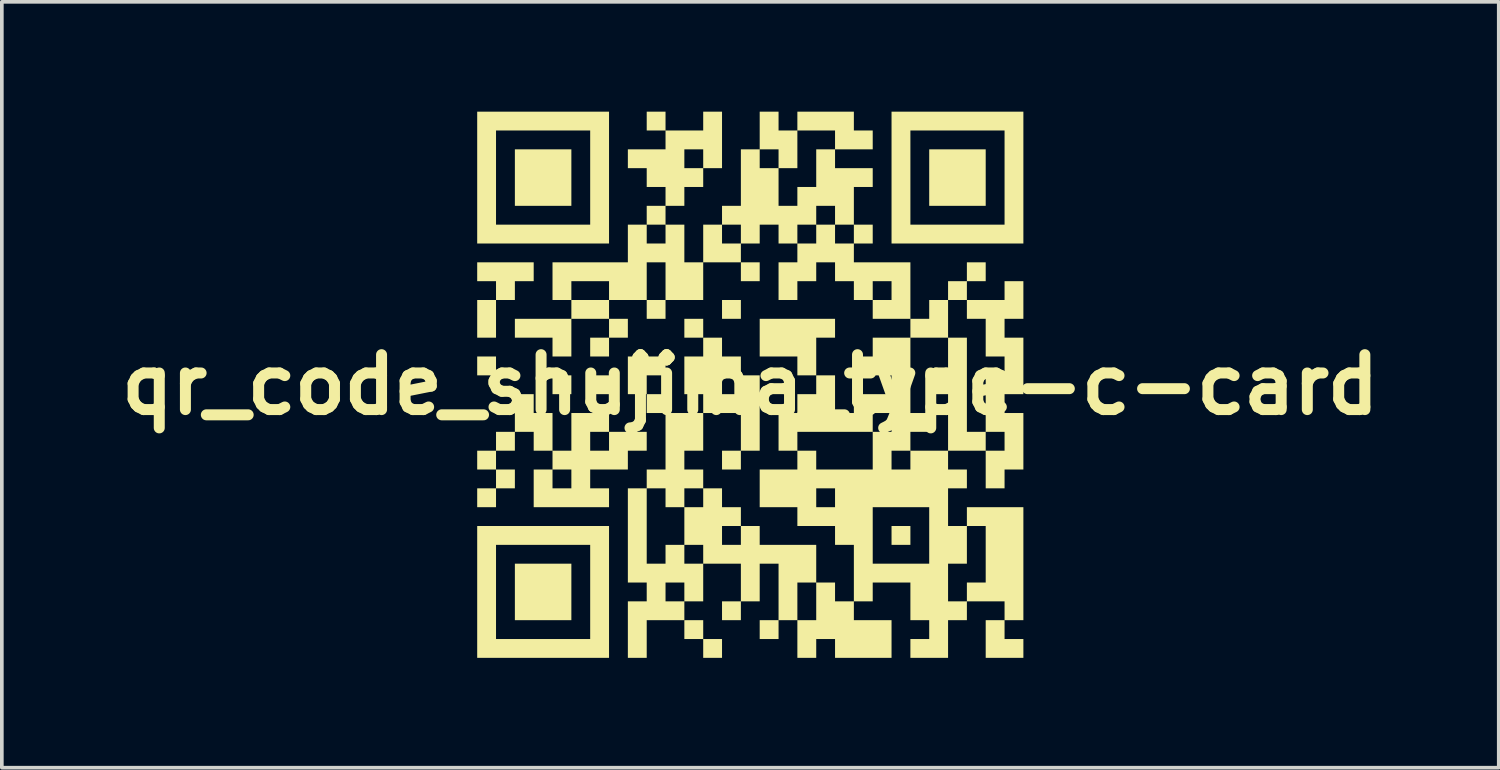
<source format=kicad_pcb>
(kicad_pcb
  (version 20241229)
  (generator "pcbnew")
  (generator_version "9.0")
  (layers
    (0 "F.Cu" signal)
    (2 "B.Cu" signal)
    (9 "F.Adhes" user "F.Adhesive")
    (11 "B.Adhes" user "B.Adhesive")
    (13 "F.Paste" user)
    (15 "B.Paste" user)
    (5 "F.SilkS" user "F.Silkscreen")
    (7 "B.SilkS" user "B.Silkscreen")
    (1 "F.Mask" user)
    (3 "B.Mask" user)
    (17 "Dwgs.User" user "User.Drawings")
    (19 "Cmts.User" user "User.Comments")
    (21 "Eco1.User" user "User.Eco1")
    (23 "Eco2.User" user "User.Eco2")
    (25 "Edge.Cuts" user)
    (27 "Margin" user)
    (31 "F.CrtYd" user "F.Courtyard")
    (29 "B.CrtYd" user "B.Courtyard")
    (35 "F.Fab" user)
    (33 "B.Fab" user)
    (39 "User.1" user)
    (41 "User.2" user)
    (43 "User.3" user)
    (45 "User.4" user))
  (footprint "qr_code_shujima_type-c-card"
    (layer "F.Cu")
    (at 17.443 7.459)
    (property "Reference" "qr_code_shujima_type-c-card" (at 0 0 0) (layer "F.SilkS") (effects (font (size 1.5 1.5) (thickness 0.3))))
    (attr board_only exclude_from_pos_files exclude_from_bom)
    (fp_poly (pts (xy -6.945 -0.514) (xy -6.945 -0.257) (xy -7.202 -0.257) (xy -7.459 -0.257) (xy -7.459 -0.514) (xy -7.459 -0.772) (xy -7.202 -0.772) (xy -6.945 -0.772)) (stroke (width 0) (type solid)) (fill yes) (layer "F.SilkS"))
    (fp_poly (pts (xy -4.887 -5.659) (xy -4.887 -4.887) (xy -5.659 -4.887) (xy -6.43 -4.887) (xy -6.43 -5.659) (xy -6.43 -6.43) (xy -5.659 -6.43) (xy -4.887 -6.43)) (stroke (width 0) (type solid)) (fill yes) (layer "F.SilkS"))
    (fp_poly (pts (xy -4.887 0) (xy -4.887 0.257) (xy -5.144 0.257) (xy -5.402 0.257) (xy -5.402 0) (xy -5.402 -0.257) (xy -5.144 -0.257) (xy -4.887 -0.257)) (stroke (width 0) (type solid)) (fill yes) (layer "F.SilkS"))
    (fp_poly (pts (xy -4.887 5.659) (xy -4.887 6.43) (xy -5.659 6.43) (xy -6.43 6.43) (xy -6.43 5.659) (xy -6.43 4.887) (xy -5.659 4.887) (xy -4.887 4.887)) (stroke (width 0) (type solid)) (fill yes) (layer "F.SilkS"))
    (fp_poly (pts (xy -3.858 0) (xy -3.858 0.257) (xy -4.115 0.257) (xy -4.373 0.257) (xy -4.373 0) (xy -4.373 -0.257) (xy -4.115 -0.257) (xy -3.858 -0.257)) (stroke (width 0) (type solid)) (fill yes) (layer "F.SilkS"))
    (fp_poly (pts (xy -1.286 -1.543) (xy -1.286 -1.286) (xy -1.543 -1.286) (xy -1.801 -1.286) (xy -1.801 -1.543) (xy -1.801 -1.801) (xy -1.543 -1.801) (xy -1.286 -1.801)) (stroke (width 0) (type solid)) (fill yes) (layer "F.SilkS"))
    (fp_poly (pts (xy -1.286 6.688) (xy -1.286 6.945) (xy -1.543 6.945) (xy -1.801 6.945) (xy -1.801 6.688) (xy -1.801 6.43) (xy -1.543 6.43) (xy -1.286 6.43)) (stroke (width 0) (type solid)) (fill yes) (layer "F.SilkS"))
    (fp_poly (pts (xy -0.772 7.202) (xy -0.772 7.459) (xy -1.029 7.459) (xy -1.286 7.459) (xy -1.286 7.202) (xy -1.286 6.945) (xy -1.029 6.945) (xy -0.772 6.945)) (stroke (width 0) (type solid)) (fill yes) (layer "F.SilkS"))
    (fp_poly (pts (xy -0.257 -2.058) (xy -0.257 -1.801) (xy -0.514 -1.801) (xy -0.772 -1.801) (xy -0.772 -2.058) (xy -0.772 -2.315) (xy -0.514 -2.315) (xy -0.257 -2.315)) (stroke (width 0) (type solid)) (fill yes) (layer "F.SilkS"))
    (fp_poly (pts (xy 0.257 -3.087) (xy 0.257 -2.829) (xy 0 -2.829) (xy -0.257 -2.829) (xy -0.257 -3.087) (xy -0.257 -3.344) (xy 0 -3.344) (xy 0.257 -3.344)) (stroke (width 0) (type solid)) (fill yes) (layer "F.SilkS"))
    (fp_poly (pts (xy 4.373 4.115) (xy 4.373 4.373) (xy 4.115 4.373) (xy 3.858 4.373) (xy 3.858 4.115) (xy 3.858 3.858) (xy 4.115 3.858) (xy 4.373 3.858)) (stroke (width 0) (type solid)) (fill yes) (layer "F.SilkS"))
    (fp_poly (pts (xy 6.43 -5.659) (xy 6.43 -4.887) (xy 5.659 -4.887) (xy 4.887 -4.887) (xy 4.887 -5.659) (xy 4.887 -6.43) (xy 5.659 -6.43) (xy 6.43 -6.43)) (stroke (width 0) (type solid)) (fill yes) (layer "F.SilkS"))
    (fp_poly (pts (xy -2.315 -0.514) (xy -2.315 -0.257) (xy -2.572 -0.257) (xy -2.829 -0.257) (xy -2.829 0) (xy -2.829 0.257) (xy -3.087 0.257) (xy -3.344 0.257) (xy -3.344 -0.257) (xy -3.344 -0.772) (xy -2.829 -0.772) (xy -2.315 -0.772)) (stroke (width 0) (type solid)) (fill yes) (layer "F.SilkS"))
    (fp_poly (pts (xy -6.43 2.572) (xy -6.43 2.829) (xy -6.688 2.829) (xy -6.945 2.829) (xy -6.945 3.087) (xy -6.945 3.344) (xy -7.202 3.344) (xy -7.459 3.344) (xy -7.459 3.087) (xy -7.459 2.829) (xy -7.202 2.829) (xy -6.945 2.829) (xy -6.945 2.572) (xy -6.945 2.315) (xy -6.688 2.315) (xy -6.43 2.315)) (stroke (width 0) (type solid)) (fill yes) (layer "F.SilkS"))
    (fp_poly (pts (xy -3.344 -1.543) (xy -3.344 -1.286) (xy -3.601 -1.286) (xy -3.858 -1.286) (xy -3.858 -1.029) (xy -3.858 -0.772) (xy -4.115 -0.772) (xy -4.373 -0.772) (xy -4.373 -1.029) (xy -4.373 -1.286) (xy -4.115 -1.286) (xy -3.858 -1.286) (xy -3.858 -1.543) (xy -3.858 -1.801) (xy -3.601 -1.801) (xy -3.344 -1.801)) (stroke (width 0) (type solid)) (fill yes) (layer "F.SilkS"))
    (fp_poly (pts (xy 2.315 -1.543) (xy 2.315 -1.286) (xy 2.058 -1.286) (xy 1.801 -1.286) (xy 1.801 -0.772) (xy 1.801 -0.257) (xy 1.543 -0.257) (xy 1.286 -0.257) (xy 1.286 -0.514) (xy 1.286 -0.772) (xy 0.772 -0.772) (xy 0.257 -0.772) (xy 0.257 -1.286) (xy 0.257 -1.801) (xy 1.286 -1.801) (xy 2.315 -1.801)) (stroke (width 0) (type solid)) (fill yes) (layer "F.SilkS"))
    (fp_poly (pts (xy -3.858 -5.659) (xy -3.858 -3.858) (xy -5.659 -3.858) (xy -7.459 -3.858) (xy -7.459 -5.659) (xy -7.459 -6.945) (xy -6.945 -6.945) (xy -6.945 -5.659) (xy -6.945 -4.373) (xy -5.659 -4.373) (xy -4.373 -4.373) (xy -4.373 -5.659) (xy -4.373 -6.945) (xy -5.659 -6.945) (xy -6.945 -6.945) (xy -7.459 -6.945) (xy -7.459 -7.459) (xy -5.659 -7.459) (xy -3.858 -7.459)) (stroke (width 0) (type solid)) (fill yes) (layer "F.SilkS"))
    (fp_poly (pts (xy -3.858 5.659) (xy -3.858 7.459) (xy -5.659 7.459) (xy -7.459 7.459) (xy -7.459 5.659) (xy -7.459 4.373) (xy -6.945 4.373) (xy -6.945 5.659) (xy -6.945 6.945) (xy -5.659 6.945) (xy -4.373 6.945) (xy -4.373 5.659) (xy -4.373 4.373) (xy -5.659 4.373) (xy -6.945 4.373) (xy -7.459 4.373) (xy -7.459 3.858) (xy -5.659 3.858) (xy -3.858 3.858)) (stroke (width 0) (type solid)) (fill yes) (layer "F.SilkS"))
    (fp_poly (pts (xy 7.459 -5.659) (xy 7.459 -3.858) (xy 5.659 -3.858) (xy 3.858 -3.858) (xy 3.858 -5.659) (xy 3.858 -6.945) (xy 4.373 -6.945) (xy 4.373 -5.659) (xy 4.373 -4.373) (xy 5.659 -4.373) (xy 6.945 -4.373) (xy 6.945 -5.659) (xy 6.945 -6.945) (xy 5.659 -6.945) (xy 4.373 -6.945) (xy 3.858 -6.945) (xy 3.858 -7.459) (xy 5.659 -7.459) (xy 7.459 -7.459)) (stroke (width 0) (type solid)) (fill yes) (layer "F.SilkS"))
    (fp_poly (pts (xy -5.916 -3.087) (xy -5.916 -2.829) (xy -6.173 -2.829) (xy -6.43 -2.829) (xy -6.43 -2.572) (xy -6.43 -2.315) (xy -6.688 -2.315) (xy -6.945 -2.315) (xy -6.945 -1.801) (xy -6.945 -1.286) (xy -7.202 -1.286) (xy -7.459 -1.286) (xy -7.459 -1.801) (xy -7.459 -2.315) (xy -7.202 -2.315) (xy -6.945 -2.315) (xy -6.945 -2.572) (xy -6.945 -2.829) (xy -7.202 -2.829) (xy -7.459 -2.829) (xy -7.459 -3.087) (xy -7.459 -3.344) (xy -6.688 -3.344) (xy -5.916 -3.344)) (stroke (width 0) (type solid)) (fill yes) (layer "F.SilkS"))
    (fp_poly (pts (xy -5.916 0.514) (xy -5.916 0.772) (xy -5.659 0.772) (xy -5.402 0.772) (xy -5.402 1.286) (xy -5.402 1.801) (xy -5.144 1.801) (xy -4.887 1.801) (xy -4.887 1.286) (xy -4.887 0.772) (xy -4.373 0.772) (xy -3.858 0.772) (xy -3.858 1.029) (xy -3.858 1.286) (xy -4.115 1.286) (xy -4.373 1.286) (xy -4.373 1.543) (xy -4.373 1.801) (xy -4.115 1.801) (xy -3.858 1.801) (xy -3.858 1.543) (xy -3.858 1.286) (xy -3.344 1.286) (xy -2.829 1.286) (xy -2.829 1.543) (xy -2.829 1.801) (xy -3.087 1.801) (xy -3.344 1.801) (xy -3.344 2.058) (xy -3.344 2.315) (xy -3.858 2.315) (xy -4.373 2.315) (xy -4.373 2.572) (xy -4.373 2.829) (xy -4.115 2.829) (xy -3.858 2.829) (xy -3.858 3.087) (xy -3.858 3.344) (xy -4.887 3.344) (xy -5.916 3.344) (xy -5.916 2.829) (xy -5.916 2.315) (xy -5.659 2.315) (xy -5.402 2.315) (xy -5.402 2.572) (xy -5.402 2.829) (xy -5.144 2.829) (xy -4.887 2.829) (xy -4.887 2.572) (xy -4.887 2.315) (xy -5.144 2.315) (xy -5.402 2.315) (xy -5.402 2.058) (xy -5.402 1.801) (xy -5.659 1.801) (xy -5.916 1.801) (xy -5.916 1.543) (xy -5.916 1.286) (xy -6.173 1.286) (xy -6.43 1.286) (xy -6.43 1.543) (xy -6.43 1.801) (xy -6.688 1.801) (xy -6.945 1.801) (xy -6.945 2.058) (xy -6.945 2.315) (xy -7.202 2.315) (xy -7.459 2.315) (xy -7.459 2.058) (xy -7.459 1.801) (xy -7.202 1.801) (xy -6.945 1.801) (xy -6.945 1.543) (xy -6.945 1.286) (xy -6.688 1.286) (xy -6.43 1.286) (xy -6.43 0.772) (xy -6.43 0.257) (xy -6.173 0.257) (xy -5.916 0.257)) (stroke (width 0) (type solid)) (fill yes) (layer "F.SilkS"))
    (fp_poly (pts (xy -2.315 -7.202) (xy -2.315 -6.945) (xy -1.801 -6.945) (xy -1.286 -6.945) (xy -1.286 -7.202) (xy -1.286 -7.459) (xy -1.029 -7.459) (xy -0.772 -7.459) (xy -0.772 -6.688) (xy -0.772 -5.916) (xy -1.029 -5.916) (xy -1.286 -5.916) (xy -1.286 -5.659) (xy -1.286 -5.402) (xy -1.543 -5.402) (xy -1.801 -5.402) (xy -1.801 -5.144) (xy -1.801 -4.887) (xy -2.058 -4.887) (xy -2.315 -4.887) (xy -2.315 -4.63) (xy -2.315 -4.373) (xy -2.572 -4.373) (xy -2.829 -4.373) (xy -2.829 -4.115) (xy -2.829 -3.858) (xy -2.572 -3.858) (xy -2.315 -3.858) (xy -2.315 -4.115) (xy -2.315 -4.373) (xy -2.058 -4.373) (xy -1.801 -4.373) (xy -1.801 -3.858) (xy -1.801 -3.344) (xy -1.543 -3.344) (xy -1.286 -3.344) (xy -1.286 -3.858) (xy -1.286 -4.373) (xy -1.029 -4.373) (xy -0.772 -4.373) (xy -0.772 -4.115) (xy -0.772 -3.858) (xy -0.514 -3.858) (xy -0.257 -3.858) (xy -0.257 -4.115) (xy -0.257 -4.373) (xy -0.514 -4.373) (xy -0.772 -4.373) (xy -0.772 -4.63) (xy -0.772 -4.887) (xy -0.514 -4.887) (xy -0.257 -4.887) (xy -0.257 -5.659) (xy -0.257 -5.916) (xy 0.257 -5.916) (xy 0.514 -5.916) (xy 0.772 -5.916) (xy 0.772 -5.402) (xy 0.772 -4.887) (xy 1.029 -4.887) (xy 1.286 -4.887) (xy 1.286 -5.144) (xy 1.286 -5.402) (xy 1.543 -5.402) (xy 1.801 -5.402) (xy 1.801 -5.916) (xy 1.801 -6.43) (xy 2.058 -6.43) (xy 2.315 -6.43) (xy 2.315 -6.688) (xy 2.315 -6.945) (xy 1.801 -6.945) (xy 1.286 -6.945) (xy 1.286 -6.43) (xy 1.286 -5.916) (xy 1.029 -5.916) (xy 0.772 -5.916) (xy 0.772 -6.173) (xy 0.772 -6.43) (xy 0.514 -6.43) (xy 0.257 -6.43) (xy 0.257 -6.173) (xy 0.257 -5.916) (xy -0.257 -5.916) (xy -0.257 -6.43) (xy 0 -6.43) (xy 0.257 -6.43) (xy 0.257 -6.945) (xy 0.257 -7.459) (xy 0.514 -7.459) (xy 0.772 -7.459) (xy 0.772 -7.202) (xy 0.772 -6.945) (xy 1.029 -6.945) (xy 1.286 -6.945) (xy 1.286 -7.202) (xy 1.286 -7.459) (xy 2.058 -7.459) (xy 2.829 -7.459) (xy 2.829 -7.202) (xy 2.829 -6.945) (xy 3.087 -6.945) (xy 3.344 -6.945) (xy 3.344 -6.688) (xy 3.344 -6.43) (xy 2.829 -6.43) (xy 2.315 -6.43) (xy 2.315 -6.173) (xy 2.315 -5.916) (xy 2.829 -5.916) (xy 3.344 -5.916) (xy 3.344 -5.659) (xy 3.344 -5.402) (xy 3.087 -5.402) (xy 2.829 -5.402) (xy 2.829 -4.887) (xy 2.829 -4.373) (xy 2.572 -4.373) (xy 2.315 -4.373) (xy 2.315 -4.115) (xy 2.315 -3.858) (xy 2.572 -3.858) (xy 2.829 -3.858) (xy 2.829 -4.115) (xy 2.829 -4.373) (xy 3.087 -4.373) (xy 3.344 -4.373) (xy 3.344 -4.115) (xy 3.344 -3.858) (xy 3.087 -3.858) (xy 2.829 -3.858) (xy 2.829 -3.601) (xy 2.829 -3.344) (xy 3.601 -3.344) (xy 4.373 -3.344) (xy 4.373 -2.572) (xy 4.373 -1.801) (xy 4.63 -1.801) (xy 4.887 -1.801) (xy 4.887 -2.058) (xy 4.887 -2.315) (xy 5.144 -2.315) (xy 5.402 -2.315) (xy 5.402 -2.572) (xy 5.402 -2.829) (xy 5.659 -2.829) (xy 5.916 -2.829) (xy 5.916 -3.087) (xy 5.916 -3.344) (xy 6.173 -3.344) (xy 6.43 -3.344) (xy 6.43 -3.087) (xy 6.43 -2.829) (xy 6.173 -2.829) (xy 5.916 -2.829) (xy 5.916 -2.572) (xy 5.916 -2.315) (xy 6.43 -2.315) (xy 6.945 -2.315) (xy 6.945 -2.572) (xy 6.945 -2.829) (xy 7.202 -2.829) (xy 7.459 -2.829) (xy 7.459 -2.315) (xy 7.459 -1.801) (xy 7.202 -1.801) (xy 6.945 -1.801) (xy 6.945 -1.543) (xy 6.945 -1.286) (xy 7.202 -1.286) (xy 7.459 -1.286) (xy 7.459 -0.514) (xy 7.459 0.257) (xy 7.202 0.257) (xy 6.945 0.257) (xy 6.945 0.514) (xy 6.945 0.772) (xy 7.202 0.772) (xy 7.459 0.772) (xy 7.459 1.543) (xy 7.459 2.315) (xy 7.202 2.315) (xy 6.945 2.315) (xy 6.945 2.572) (xy 6.945 2.829) (xy 6.688 2.829) (xy 6.43 2.829) (xy 6.43 2.315) (xy 6.43 1.801) (xy 5.916 1.801) (xy 5.402 1.801) (xy 5.402 2.058) (xy 5.402 2.315) (xy 5.659 2.315) (xy 5.916 2.315) (xy 5.916 2.572) (xy 5.916 2.829) (xy 5.659 2.829) (xy 5.402 2.829) (xy 5.402 3.344) (xy 5.402 3.858) (xy 5.659 3.858) (xy 5.916 3.858) (xy 5.916 3.601) (xy 5.916 3.344) (xy 6.688 3.344) (xy 7.459 3.344) (xy 7.459 4.887) (xy 7.459 6.43) (xy 7.202 6.43) (xy 6.945 6.43) (xy 6.945 6.688) (xy 6.945 6.945) (xy 7.202 6.945) (xy 7.459 6.945) (xy 7.459 7.202) (xy 7.459 7.459) (xy 6.945 7.459) (xy 6.43 7.459) (xy 6.43 6.945) (xy 6.43 6.43) (xy 6.688 6.43) (xy 6.945 6.43) (xy 6.945 6.173) (xy 6.945 5.916) (xy 6.43 5.916) (xy 5.916 5.916) (xy 5.916 6.173) (xy 5.916 6.43) (xy 5.659 6.43) (xy 5.402 6.43) (xy 5.402 6.945) (xy 5.402 7.459) (xy 4.887 7.459) (xy 4.373 7.459) (xy 4.373 7.202) (xy 4.373 6.945) (xy 4.63 6.945) (xy 4.887 6.945) (xy 4.887 6.688) (xy 4.887 6.43) (xy 4.63 6.43) (xy 4.373 6.43) (xy 4.373 5.916) (xy 5.402 5.916) (xy 5.659 5.916) (xy 5.916 5.916) (xy 5.916 5.659) (xy 5.916 5.402) (xy 6.173 5.402) (xy 6.43 5.402) (xy 6.43 4.63) (xy 6.43 3.858) (xy 6.173 3.858) (xy 5.916 3.858) (xy 5.916 4.373) (xy 5.916 4.887) (xy 5.659 4.887) (xy 5.402 4.887) (xy 5.402 5.402) (xy 5.402 5.916) (xy 4.373 5.916) (xy 4.373 5.402) (xy 3.858 5.402) (xy 3.344 5.402) (xy 3.344 5.659) (xy 3.344 5.916) (xy 3.087 5.916) (xy 2.829 5.916) (xy 2.829 6.173) (xy 2.829 6.43) (xy 3.344 6.43) (xy 3.858 6.43) (xy 3.858 6.945) (xy 3.858 7.459) (xy 3.087 7.459) (xy 2.315 7.459) (xy 2.315 7.202) (xy 2.315 6.945) (xy 2.058 6.945) (xy 1.801 6.945) (xy 1.801 7.202) (xy 1.801 7.459) (xy 1.543 7.459) (xy 1.286 7.459) (xy 1.286 6.945) (xy 1.286 6.43) (xy 1.029 6.43) (xy 0.772 6.43) (xy 0.772 6.688) (xy 0.772 6.945) (xy 0.514 6.945) (xy 0.257 6.945) (xy 0.257 6.688) (xy 0.257 6.43) (xy 0.514 6.43) (xy 0.772 6.43) (xy 0.772 5.659) (xy 0.772 4.887) (xy 0.514 4.887) (xy 0.257 4.887) (xy 0.257 5.402) (xy 0.257 5.916) (xy 0 5.916) (xy -0.257 5.916) (xy -0.257 6.173) (xy -0.257 6.43) (xy -0.514 6.43) (xy -0.772 6.43) (xy -0.772 6.173) (xy -0.772 5.916) (xy -0.514 5.916) (xy -0.257 5.916) (xy -0.257 5.402) (xy -0.257 4.887) (xy -0.772 4.887) (xy -1.286 4.887) (xy -1.286 5.402) (xy -1.286 5.916) (xy -1.543 5.916) (xy -1.801 5.916) (xy -1.801 6.173) (xy -1.801 6.43) (xy -2.315 6.43) (xy -2.829 6.43) (xy -2.829 6.945) (xy -2.829 7.459) (xy -3.087 7.459) (xy -3.344 7.459) (xy -3.344 6.688) (xy -3.344 5.916) (xy -3.087 5.916) (xy -2.829 5.916) (xy -2.829 5.659) (xy -2.829 5.402) (xy -2.315 5.402) (xy -2.315 5.659) (xy -2.315 5.916) (xy -2.058 5.916) (xy -1.801 5.916) (xy -1.801 5.659) (xy -1.801 5.402) (xy -2.058 5.402) (xy -2.315 5.402) (xy -2.829 5.402) (xy -3.087 5.402) (xy -3.344 5.402) (xy -3.344 4.115) (xy -3.344 2.829) (xy -3.087 2.829) (xy -2.829 2.829) (xy -2.829 2.572) (xy -2.829 2.315) (xy -2.572 2.315) (xy -2.315 2.315) (xy -2.315 1.543) (xy -2.315 0.772) (xy -2.572 0.772) (xy -2.829 0.772) (xy -2.829 0.514) (xy -2.829 0.257) (xy -2.572 0.257) (xy -2.315 0.257) (xy -2.315 0.514) (xy -2.315 0.772) (xy -1.801 0.772) (xy -1.286 0.772) (xy -1.286 0.514) (xy -1.286 0.257) (xy -1.543 0.257) (xy -1.801 0.257) (xy -1.801 -0.257) (xy -1.801 -0.772) (xy -1.543 -0.772) (xy -1.286 -0.772) (xy -1.286 -1.029) (xy -1.286 -1.286) (xy -1.029 -1.286) (xy -0.772 -1.286) (xy -0.772 -1.029) (xy -0.772 -0.772) (xy -0.514 -0.772) (xy -0.257 -0.772) (xy -0.257 -0.514) (xy -0.257 -0.257) (xy -0.514 -0.257) (xy -0.772 -0.257) (xy -0.772 0) (xy -0.772 0.257) (xy -0.514 0.257) (xy -0.257 0.257) (xy -0.257 0) (xy -0.257 -0.257) (xy 0 -0.257) (xy 0.257 -0.257) (xy 0.257 0.772) (xy 0.257 1.801) (xy 0 1.801) (xy -0.257 1.801) (xy -0.257 2.058) (xy -0.257 2.315) (xy -0.514 2.315) (xy -0.772 2.315) (xy -0.772 2.058) (xy -0.772 1.801) (xy -0.514 1.801) (xy -0.257 1.801) (xy -0.257 1.286) (xy -0.257 0.772) (xy -0.772 0.772) (xy -1.286 0.772) (xy -1.286 1.286) (xy -1.286 1.801) (xy -1.543 1.801) (xy -1.801 1.801) (xy -1.801 2.058) (xy -1.801 2.315) (xy -1.543 2.315) (xy -1.286 2.315) (xy -1.286 2.572) (xy -1.286 2.829) (xy -1.543 2.829) (xy -1.801 2.829) (xy -1.801 3.087) (xy -1.801 3.344) (xy -2.058 3.344) (xy -2.315 3.344) (xy -2.315 3.087) (xy -2.315 2.829) (xy -2.572 2.829) (xy -2.829 2.829) (xy -2.829 3.858) (xy -2.829 4.887) (xy -2.572 4.887) (xy -2.315 4.887) (xy -2.315 4.63) (xy -2.315 4.373) (xy -2.058 4.373) (xy -1.801 4.373) (xy -1.801 4.63) (xy -1.801 4.887) (xy -1.543 4.887) (xy -1.286 4.887) (xy -1.286 4.63) (xy -1.286 4.373) (xy -1.543 4.373) (xy -1.801 4.373) (xy -1.801 3.858) (xy -1.801 3.344) (xy -1.543 3.344) (xy -1.286 3.344) (xy -1.286 3.087) (xy -1.286 2.829) (xy -1.029 2.829) (xy -0.772 2.829) (xy -0.772 3.087) (xy -0.772 3.344) (xy -0.514 3.344) (xy -0.257 3.344) (xy -0.257 3.601) (xy -0.257 3.858) (xy -0.514 3.858) (xy -0.772 3.858) (xy -0.772 4.115) (xy -0.772 4.373) (xy -0.514 4.373) (xy -0.257 4.373) (xy -0.257 4.115) (xy -0.257 3.858) (xy 0 3.858) (xy 0.257 3.858) (xy 0.257 4.115) (xy 0.257 4.373) (xy 1.029 4.373) (xy 1.801 4.373) (xy 1.801 4.887) (xy 1.801 5.402) (xy 1.543 5.402) (xy 1.286 5.402) (xy 1.286 5.916) (xy 1.286 6.43) (xy 1.543 6.43) (xy 1.801 6.43) (xy 1.801 5.916) (xy 1.801 5.402) (xy 2.058 5.402) (xy 2.315 5.402) (xy 2.315 5.659) (xy 2.315 5.916) (xy 2.572 5.916) (xy 2.829 5.916) (xy 2.829 5.144) (xy 2.829 4.373) (xy 2.572 4.373) (xy 2.315 4.373) (xy 2.315 4.115) (xy 2.315 3.858) (xy 1.801 3.858) (xy 1.286 3.858) (xy 1.286 3.601) (xy 1.286 3.344) (xy 0.772 3.344) (xy 0.257 3.344) (xy 0.257 2.829) (xy 1.801 2.829) (xy 1.801 3.087) (xy 1.801 3.344) (xy 2.058 3.344) (xy 2.315 3.344) (xy 3.344 3.344) (xy 3.344 4.115) (xy 3.344 4.887) (xy 4.115 4.887) (xy 4.887 4.887) (xy 4.887 4.115) (xy 4.887 3.344) (xy 4.115 3.344) (xy 3.344 3.344) (xy 2.315 3.344) (xy 2.315 3.087) (xy 2.315 2.829) (xy 2.058 2.829) (xy 1.801 2.829) (xy 0.257 2.829) (xy 0.257 2.315) (xy 0.772 2.315) (xy 1.286 2.315) (xy 1.286 2.058) (xy 1.286 1.801) (xy 1.543 1.801) (xy 1.801 1.801) (xy 1.801 2.058) (xy 1.801 2.315) (xy 2.572 2.315) (xy 3.344 2.315) (xy 3.858 2.315) (xy 4.115 2.315) (xy 4.373 2.315) (xy 4.373 2.058) (xy 4.373 1.801) (xy 4.887 1.801) (xy 5.402 1.801) (xy 5.402 1.029) (xy 5.402 0.257) (xy 5.144 0.257) (xy 4.887 0.257) (xy 4.887 0) (xy 4.887 -0.257) (xy 5.144 -0.257) (xy 5.402 -0.257) (xy 5.402 -0.772) (xy 5.402 -1.286) (xy 5.659 -1.286) (xy 5.916 -1.286) (xy 5.916 0) (xy 5.916 1.286) (xy 6.173 1.286) (xy 6.43 1.286) (xy 6.43 1.543) (xy 6.43 1.801) (xy 6.688 1.801) (xy 6.945 1.801) (xy 6.945 1.543) (xy 6.945 1.286) (xy 6.688 1.286) (xy 6.43 1.286) (xy 6.43 0.514) (xy 6.43 -0.257) (xy 6.688 -0.257) (xy 6.945 -0.257) (xy 6.945 -0.514) (xy 6.945 -0.772) (xy 6.688 -0.772) (xy 6.43 -0.772) (xy 6.43 -1.286) (xy 6.43 -1.801) (xy 6.173 -1.801) (xy 5.916 -1.801) (xy 5.916 -2.058) (xy 5.916 -2.315) (xy 5.659 -2.315) (xy 5.402 -2.315) (xy 5.402 -1.801) (xy 5.402 -1.286) (xy 4.887 -1.286) (xy 4.373 -1.286) (xy 4.373 -0.257) (xy 4.373 0.772) (xy 4.63 0.772) (xy 4.887 0.772) (xy 4.887 1.029) (xy 4.887 1.286) (xy 4.63 1.286) (xy 4.373 1.286) (xy 4.373 1.543) (xy 4.373 1.801) (xy 4.115 1.801) (xy 3.858 1.801) (xy 3.858 2.058) (xy 3.858 2.315) (xy 3.344 2.315) (xy 3.344 1.801) (xy 3.344 1.286) (xy 3.601 1.286) (xy 3.858 1.286) (xy 3.858 1.029) (xy 3.858 0.772) (xy 3.601 0.772) (xy 3.344 0.772) (xy 3.344 1.029) (xy 3.344 1.286) (xy 2.315 1.286) (xy 1.286 1.286) (xy 1.286 1.543) (xy 1.286 1.801) (xy 1.029 1.801) (xy 0.772 1.801) (xy 0.772 1.286) (xy 0.772 0.772) (xy 1.029 0.772) (xy 1.286 0.772) (xy 1.286 0.514) (xy 1.286 0.257) (xy 1.543 0.257) (xy 1.801 0.257) (xy 1.801 0) (xy 1.801 -0.257) (xy 2.058 -0.257) (xy 2.315 -0.257) (xy 2.315 0.257) (xy 2.315 0.772) (xy 2.572 0.772) (xy 2.829 0.772) (xy 2.829 0.514) (xy 2.829 0.257) (xy 3.344 0.257) (xy 3.858 0.257) (xy 3.858 0) (xy 3.858 -0.257) (xy 3.344 -0.257) (xy 2.829 -0.257) (xy 2.829 -0.514) (xy 2.829 -0.772) (xy 3.087 -0.772) (xy 3.344 -0.772) (xy 3.344 -1.029) (xy 3.344 -1.286) (xy 3.858 -1.286) (xy 4.373 -1.286) (xy 4.373 -1.543) (xy 4.373 -1.801) (xy 3.858 -1.801) (xy 3.344 -1.801) (xy 3.344 -2.058) (xy 3.344 -2.315) (xy 3.087 -2.315) (xy 2.829 -2.315) (xy 2.829 -2.572) (xy 2.829 -2.829) (xy 3.344 -2.829) (xy 3.344 -2.572) (xy 3.344 -2.315) (xy 3.601 -2.315) (xy 3.858 -2.315) (xy 3.858 -2.572) (xy 3.858 -2.829) (xy 3.601 -2.829) (xy 3.344 -2.829) (xy 2.829 -2.829) (xy 2.572 -2.829) (xy 2.315 -2.829) (xy 2.315 -3.087) (xy 2.315 -3.344) (xy 2.058 -3.344) (xy 1.801 -3.344) (xy 1.801 -3.087) (xy 1.801 -2.829) (xy 1.543 -2.829) (xy 1.286 -2.829) (xy 1.286 -2.572) (xy 1.286 -2.315) (xy 1.029 -2.315) (xy 0.772 -2.315) (xy 0.772 -2.829) (xy 0.772 -3.344) (xy 1.029 -3.344) (xy 1.286 -3.344) (xy 1.286 -3.601) (xy 1.286 -3.858) (xy 1.543 -3.858) (xy 1.801 -3.858) (xy 1.801 -4.115) (xy 1.801 -4.373) (xy 2.058 -4.373) (xy 2.315 -4.373) (xy 2.315 -4.63) (xy 2.315 -4.887) (xy 2.058 -4.887) (xy 1.801 -4.887) (xy 1.801 -4.63) (xy 1.801 -4.373) (xy 1.543 -4.373) (xy 1.286 -4.373) (xy 1.286 -4.115) (xy 1.286 -3.858) (xy 1.029 -3.858) (xy 0.772 -3.858) (xy 0.772 -4.115) (xy 0.772 -4.373) (xy 0.514 -4.373) (xy 0.257 -4.373) (xy 0.257 -4.115) (xy 0.257 -3.858) (xy 0 -3.858) (xy -0.257 -3.858) (xy -0.257 -3.601) (xy -0.257 -3.344) (xy -0.772 -3.344) (xy -1.286 -3.344) (xy -1.286 -2.829) (xy -1.286 -2.315) (xy -1.801 -2.315) (xy -2.315 -2.315) (xy -2.315 -2.058) (xy -2.315 -1.801) (xy -2.572 -1.801) (xy -2.829 -1.801) (xy -2.829 -2.058) (xy -2.829 -2.315) (xy -3.344 -2.315) (xy -3.858 -2.315) (xy -3.858 -2.058) (xy -3.858 -1.801) (xy -4.373 -1.801) (xy -4.887 -1.801) (xy -4.887 -1.286) (xy -4.887 -0.772) (xy -5.144 -0.772) (xy -5.402 -0.772) (xy -5.402 -1.029) (xy -5.402 -1.286) (xy -5.916 -1.286) (xy -6.43 -1.286) (xy -6.43 -1.543) (xy -6.43 -1.801) (xy -5.659 -1.801) (xy -4.887 -1.801) (xy -4.887 -2.058) (xy -4.887 -2.315) (xy -5.144 -2.315) (xy -5.402 -2.315) (xy -5.402 -2.829) (xy -4.887 -2.829) (xy -4.887 -2.572) (xy -4.887 -2.315) (xy -4.373 -2.315) (xy -3.858 -2.315) (xy -3.858 -2.572) (xy -3.858 -2.829) (xy -4.373 -2.829) (xy -4.887 -2.829) (xy -5.402 -2.829) (xy -5.402 -3.344) (xy -4.373 -3.344) (xy -3.344 -3.344) (xy -2.829 -3.344) (xy -2.829 -2.829) (xy -2.829 -2.315) (xy -2.572 -2.315) (xy -2.315 -2.315) (xy -2.315 -2.829) (xy -2.315 -3.344) (xy -2.572 -3.344) (xy -2.829 -3.344) (xy -3.344 -3.344) (xy -3.344 -3.858) (xy -3.344 -4.373) (xy -3.087 -4.373) (xy -2.829 -4.373) (xy -2.829 -4.63) (xy -2.829 -4.887) (xy -2.572 -4.887) (xy -2.315 -4.887) (xy -2.315 -5.144) (xy -2.315 -5.402) (xy -2.572 -5.402) (xy -2.829 -5.402) (xy -2.829 -5.659) (xy -2.829 -5.916) (xy -3.087 -5.916) (xy -3.344 -5.916) (xy -3.344 -6.173) (xy -3.344 -6.43) (xy -2.829 -6.43) (xy -2.315 -6.43) (xy -1.801 -6.43) (xy -1.801 -6.173) (xy -1.801 -5.916) (xy -1.543 -5.916) (xy -1.286 -5.916) (xy -1.286 -6.173) (xy -1.286 -6.43) (xy -1.543 -6.43) (xy -1.801 -6.43) (xy -2.315 -6.43) (xy -2.315 -6.688) (xy -2.315 -6.945) (xy -2.572 -6.945) (xy -2.829 -6.945) (xy -2.829 -7.202) (xy -2.829 -7.459) (xy -2.572 -7.459) (xy -2.315 -7.459)) (stroke (width 0) (type solid)) (fill yes) (layer "F.SilkS")))
  (gr_rect
    (start -3 -3)
    (end 37.886 17.918)
    (stroke (width 0.1) (type default))
    (fill no)
    (layer "Edge.Cuts")))
</source>
